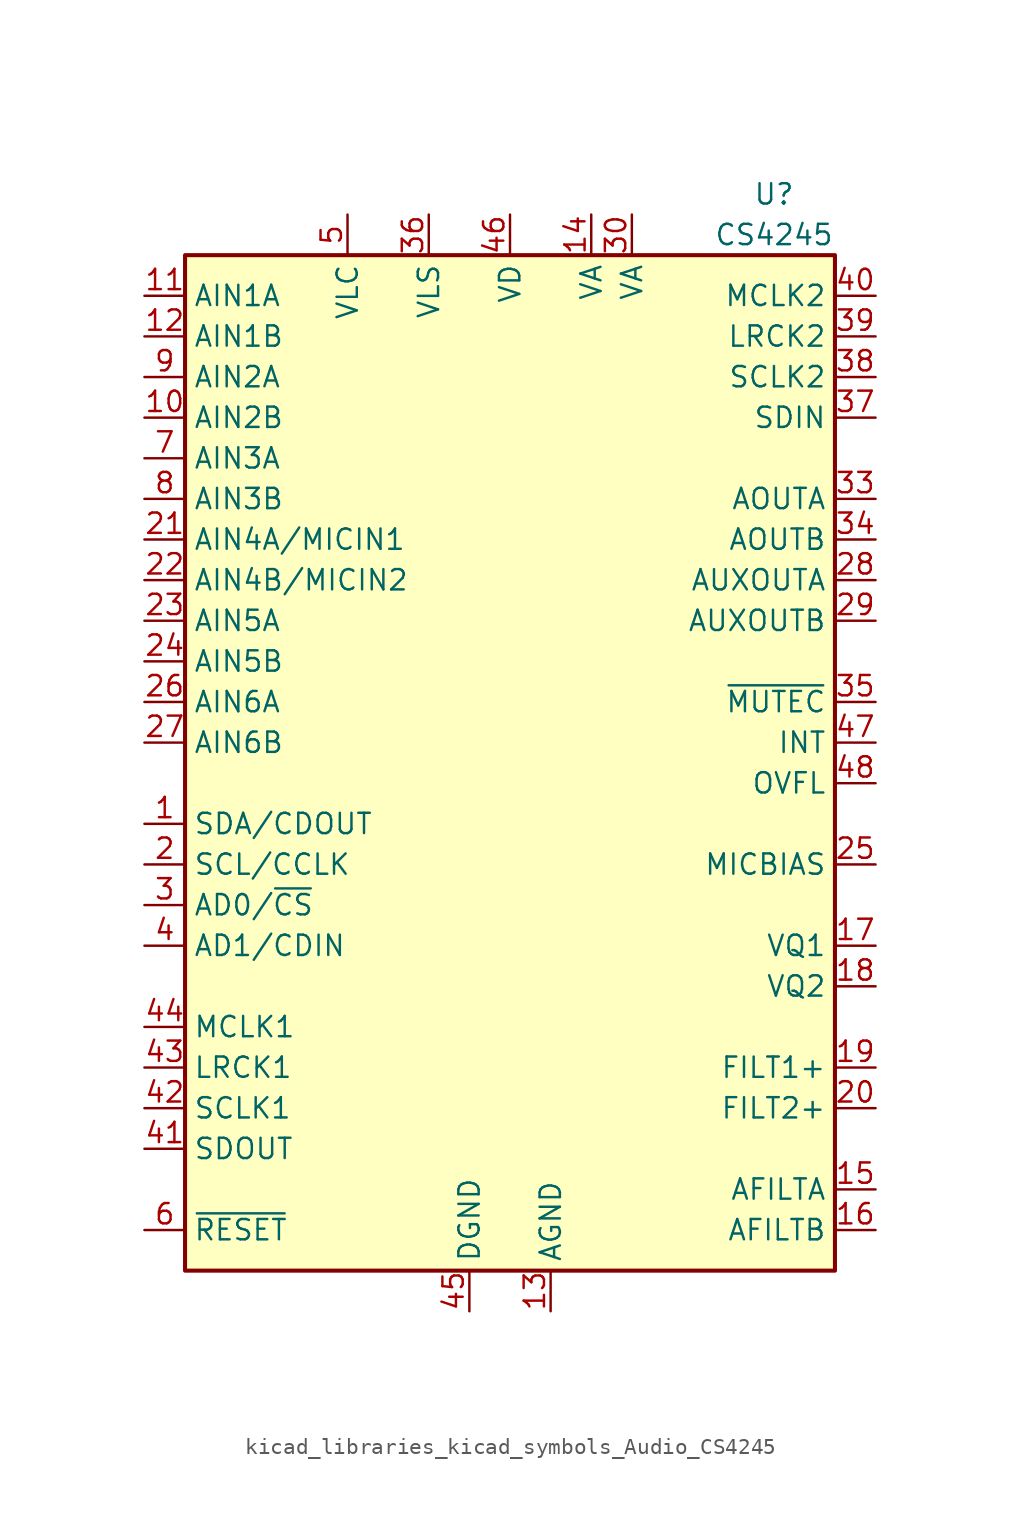
<source format=kicad_sym>
(kicad_symbol_lib
  (version 20220914)
  (generator kicad_symbol_editor)
  (symbol "kicad_libraries_kicad_symbols_Audio_CS4245"
    (property "Reference" "U"
      (at 16.51 36.83 0)
      (effects (font (size 1.27 1.27))))
    (property "Value" "CS4245"
      (at 16.51 34.29 0)
      (effects (font (size 1.27 1.27))))
    (symbol "kicad_libraries_kicad_symbols_Audio_CS4245_0_1"
      (rectangle (start -20.32 33.02) (end 20.32 -30.48) (stroke (width 0.254) (type default)) (fill (type background))))
    (symbol "kicad_libraries_kicad_symbols_Audio_CS4245_1_1"
      (pin bidirectional line (at -22.86 -2.54 0) (length 2.54) (name "SDA/CDOUT" (effects (font (size 1.27 1.27)))) (number "1" (effects (font (size 1.27 1.27)))))
      (pin input line (at -22.86 22.86 0) (length 2.54) (name "AIN2B" (effects (font (size 1.27 1.27)))) (number "10" (effects (font (size 1.27 1.27)))))
      (pin input line (at -22.86 30.48 0) (length 2.54) (name "AIN1A" (effects (font (size 1.27 1.27)))) (number "11" (effects (font (size 1.27 1.27)))))
      (pin input line (at -22.86 27.94 0) (length 2.54) (name "AIN1B" (effects (font (size 1.27 1.27)))) (number "12" (effects (font (size 1.27 1.27)))))
      (pin power_in line (at 2.54 -33.02 90) (length 2.54) (name "AGND" (effects (font (size 1.27 1.27)))) (number "13" (effects (font (size 1.27 1.27)))))
      (pin power_in line (at 5.08 35.56 270) (length 2.54) (name "VA" (effects (font (size 1.27 1.27)))) (number "14" (effects (font (size 1.27 1.27)))))
      (pin output line (at 22.86 -25.4 180) (length 2.54) (name "AFILTA" (effects (font (size 1.27 1.27)))) (number "15" (effects (font (size 1.27 1.27)))))
      (pin output line (at 22.86 -27.94 180) (length 2.54) (name "AFILTB" (effects (font (size 1.27 1.27)))) (number "16" (effects (font (size 1.27 1.27)))))
      (pin output line (at 22.86 -10.16 180) (length 2.54) (name "VQ1" (effects (font (size 1.27 1.27)))) (number "17" (effects (font (size 1.27 1.27)))))
      (pin output line (at 22.86 -12.7 180) (length 2.54) (name "VQ2" (effects (font (size 1.27 1.27)))) (number "18" (effects (font (size 1.27 1.27)))))
      (pin output line (at 22.86 -17.78 180) (length 2.54) (name "FILT1+" (effects (font (size 1.27 1.27)))) (number "19" (effects (font (size 1.27 1.27)))))
      (pin input line (at -22.86 -5.08 0) (length 2.54) (name "SCL/CCLK" (effects (font (size 1.27 1.27)))) (number "2" (effects (font (size 1.27 1.27)))))
      (pin output line (at 22.86 -20.32 180) (length 2.54) (name "FILT2+" (effects (font (size 1.27 1.27)))) (number "20" (effects (font (size 1.27 1.27)))))
      (pin input line (at -22.86 15.24 0) (length 2.54) (name "AIN4A/MICIN1" (effects (font (size 1.27 1.27)))) (number "21" (effects (font (size 1.27 1.27)))))
      (pin input line (at -22.86 12.7 0) (length 2.54) (name "AIN4B/MICIN2" (effects (font (size 1.27 1.27)))) (number "22" (effects (font (size 1.27 1.27)))))
      (pin input line (at -22.86 10.16 0) (length 2.54) (name "AIN5A" (effects (font (size 1.27 1.27)))) (number "23" (effects (font (size 1.27 1.27)))))
      (pin input line (at -22.86 7.62 0) (length 2.54) (name "AIN5B" (effects (font (size 1.27 1.27)))) (number "24" (effects (font (size 1.27 1.27)))))
      (pin output line (at 22.86 -5.08 180) (length 2.54) (name "MICBIAS" (effects (font (size 1.27 1.27)))) (number "25" (effects (font (size 1.27 1.27)))))
      (pin input line (at -22.86 5.08 0) (length 2.54) (name "AIN6A" (effects (font (size 1.27 1.27)))) (number "26" (effects (font (size 1.27 1.27)))))
      (pin input line (at -22.86 2.54 0) (length 2.54) (name "AIN6B" (effects (font (size 1.27 1.27)))) (number "27" (effects (font (size 1.27 1.27)))))
      (pin output line (at 22.86 12.7 180) (length 2.54) (name "AUXOUTA" (effects (font (size 1.27 1.27)))) (number "28" (effects (font (size 1.27 1.27)))))
      (pin output line (at 22.86 10.16 180) (length 2.54) (name "AUXOUTB" (effects (font (size 1.27 1.27)))) (number "29" (effects (font (size 1.27 1.27)))))
      (pin input line (at -22.86 -7.62 0) (length 2.54) (name "AD0/~{CS}" (effects (font (size 1.27 1.27)))) (number "3" (effects (font (size 1.27 1.27)))))
      (pin power_in line (at 7.62 35.56 270) (length 2.54) (name "VA" (effects (font (size 1.27 1.27)))) (number "30" (effects (font (size 1.27 1.27)))))
      (pin passive line (at 2.54 -33.02 90) (length 2.54) hide (name "AGND" (effects (font (size 1.27 1.27)))) (number "31" (effects (font (size 1.27 1.27)))))
      (pin passive line (at 2.54 -33.02 90) (length 2.54) hide (name "AGND" (effects (font (size 1.27 1.27)))) (number "32" (effects (font (size 1.27 1.27)))))
      (pin output line (at 22.86 17.78 180) (length 2.54) (name "AOUTA" (effects (font (size 1.27 1.27)))) (number "33" (effects (font (size 1.27 1.27)))))
      (pin output line (at 22.86 15.24 180) (length 2.54) (name "AOUTB" (effects (font (size 1.27 1.27)))) (number "34" (effects (font (size 1.27 1.27)))))
      (pin output line (at 22.86 5.08 180) (length 2.54) (name "~{MUTEC}" (effects (font (size 1.27 1.27)))) (number "35" (effects (font (size 1.27 1.27)))))
      (pin power_in line (at -5.08 35.56 270) (length 2.54) (name "VLS" (effects (font (size 1.27 1.27)))) (number "36" (effects (font (size 1.27 1.27)))))
      (pin input line (at 22.86 22.86 180) (length 2.54) (name "SDIN" (effects (font (size 1.27 1.27)))) (number "37" (effects (font (size 1.27 1.27)))))
      (pin bidirectional line (at 22.86 25.4 180) (length 2.54) (name "SCLK2" (effects (font (size 1.27 1.27)))) (number "38" (effects (font (size 1.27 1.27)))))
      (pin bidirectional line (at 22.86 27.94 180) (length 2.54) (name "LRCK2" (effects (font (size 1.27 1.27)))) (number "39" (effects (font (size 1.27 1.27)))))
      (pin input line (at -22.86 -10.16 0) (length 2.54) (name "AD1/CDIN" (effects (font (size 1.27 1.27)))) (number "4" (effects (font (size 1.27 1.27)))))
      (pin input line (at 22.86 30.48 180) (length 2.54) (name "MCLK2" (effects (font (size 1.27 1.27)))) (number "40" (effects (font (size 1.27 1.27)))))
      (pin output line (at -22.86 -22.86 0) (length 2.54) (name "SDOUT" (effects (font (size 1.27 1.27)))) (number "41" (effects (font (size 1.27 1.27)))))
      (pin bidirectional line (at -22.86 -20.32 0) (length 2.54) (name "SCLK1" (effects (font (size 1.27 1.27)))) (number "42" (effects (font (size 1.27 1.27)))))
      (pin bidirectional line (at -22.86 -17.78 0) (length 2.54) (name "LRCK1" (effects (font (size 1.27 1.27)))) (number "43" (effects (font (size 1.27 1.27)))))
      (pin input line (at -22.86 -15.24 0) (length 2.54) (name "MCLK1" (effects (font (size 1.27 1.27)))) (number "44" (effects (font (size 1.27 1.27)))))
      (pin power_in line (at -2.54 -33.02 90) (length 2.54) (name "DGND" (effects (font (size 1.27 1.27)))) (number "45" (effects (font (size 1.27 1.27)))))
      (pin power_in line (at 0 35.56 270) (length 2.54) (name "VD" (effects (font (size 1.27 1.27)))) (number "46" (effects (font (size 1.27 1.27)))))
      (pin output line (at 22.86 2.54 180) (length 2.54) (name "INT" (effects (font (size 1.27 1.27)))) (number "47" (effects (font (size 1.27 1.27)))))
      (pin output line (at 22.86 0 180) (length 2.54) (name "OVFL" (effects (font (size 1.27 1.27)))) (number "48" (effects (font (size 1.27 1.27)))))
      (pin input line (at -10.16 35.56 270) (length 2.54) (name "VLC" (effects (font (size 1.27 1.27)))) (number "5" (effects (font (size 1.27 1.27)))))
      (pin input line (at -22.86 -27.94 0) (length 2.54) (name "~{RESET}" (effects (font (size 1.27 1.27)))) (number "6" (effects (font (size 1.27 1.27)))))
      (pin input line (at -22.86 20.32 0) (length 2.54) (name "AIN3A" (effects (font (size 1.27 1.27)))) (number "7" (effects (font (size 1.27 1.27)))))
      (pin input line (at -22.86 17.78 0) (length 2.54) (name "AIN3B" (effects (font (size 1.27 1.27)))) (number "8" (effects (font (size 1.27 1.27)))))
      (pin input line (at -22.86 25.4 0) (length 2.54) (name "AIN2A" (effects (font (size 1.27 1.27)))) (number "9" (effects (font (size 1.27 1.27))))))))
</source>
